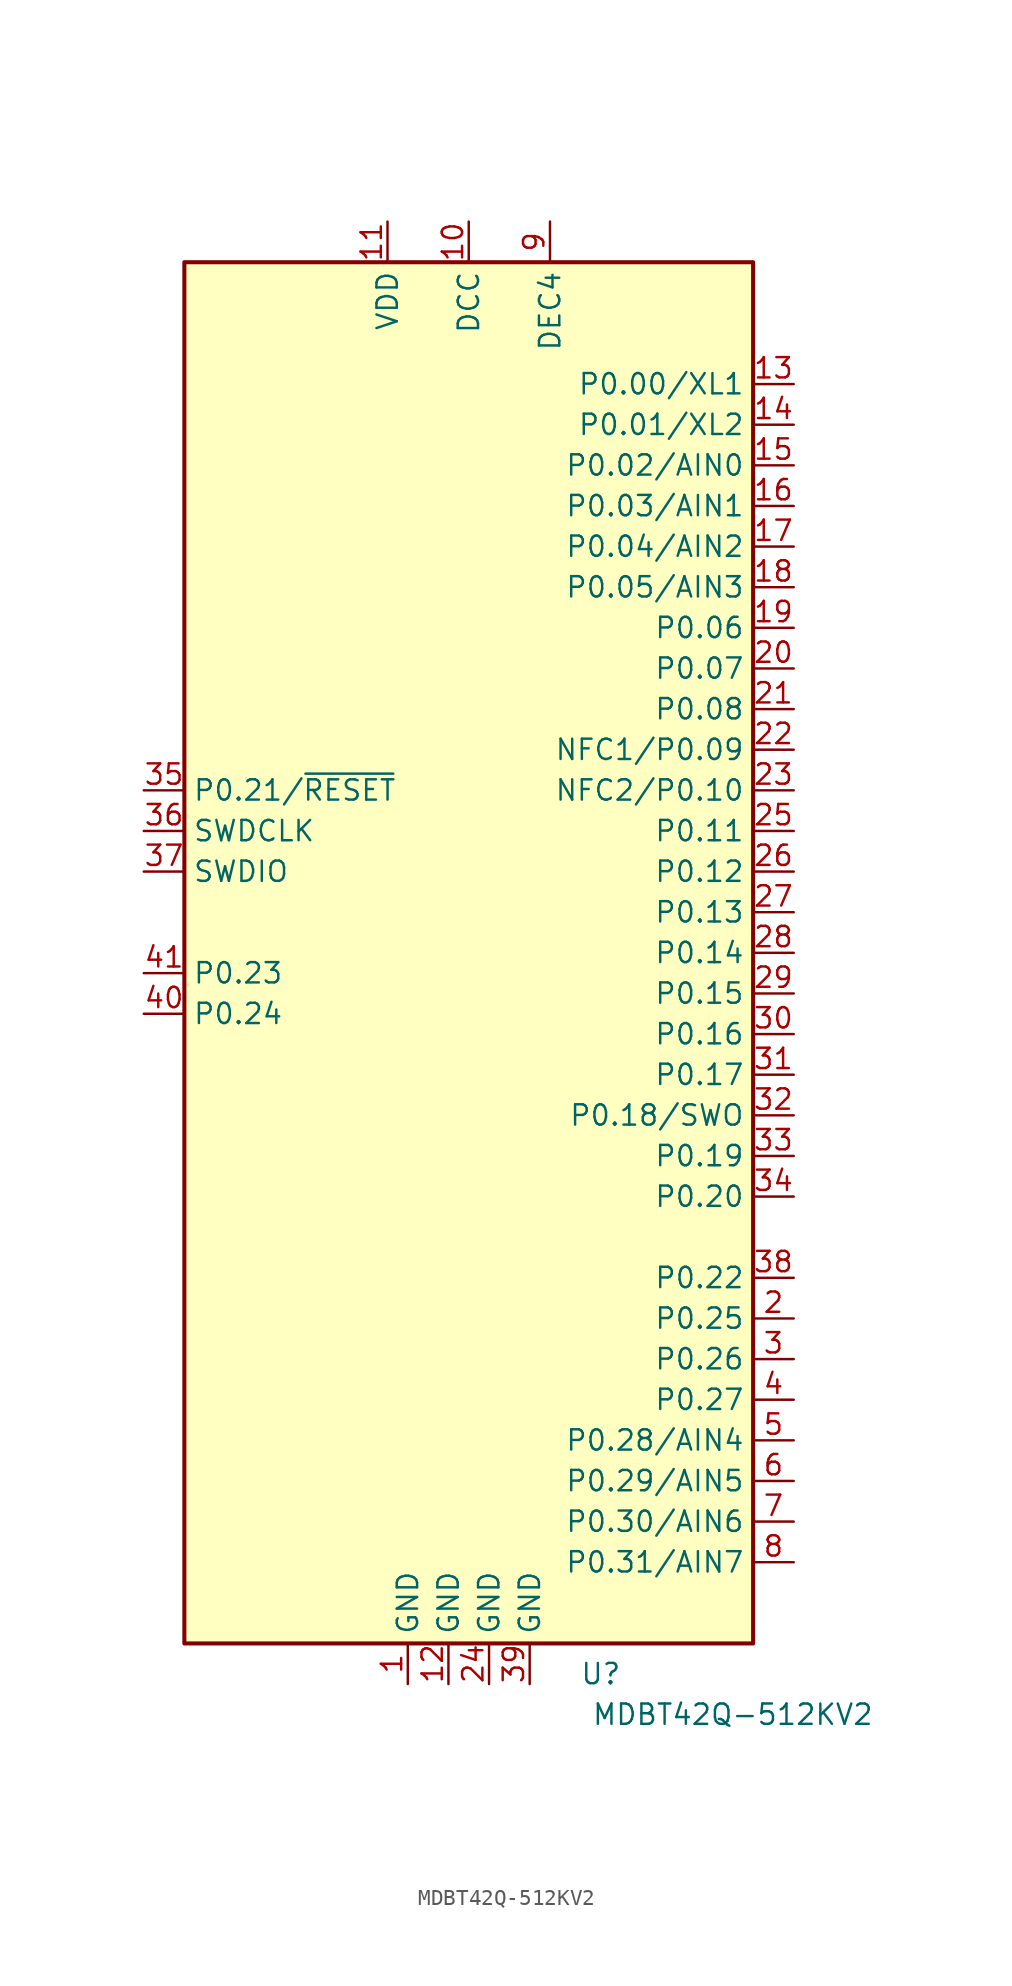
<source format=kicad_sym>
(kicad_symbol_lib
  (version 20211014)
  (generator kicad_symbol_editor)
  (symbol "MDBT42Q-512KV2"
    (property "Reference" "U"
      (at 8.255 -55.245 0)
      (effects (font (size 1.27 1.27))))
    (property "Value" "MDBT42Q-512KV2"
      (at 16.51 -57.785 0)
      (effects (font (size 1.27 1.27))))
    (symbol "MDBT42Q-512KV2_0_1"
      (rectangle (start -17.78 33.02) (end 17.78 -53.34) (stroke (width 0.254) (type default) (color 0 0 0 0)) (fill (type background))))
    (symbol "MDBT42Q-512KV2_1_1"
      (pin power_in line (at -3.81 -55.88 90) (length 2.54) (name "GND" (effects (font (size 1.27 1.27)))) (number "1" (effects (font (size 1.27 1.27)))))
      (pin power_out line (at 0 35.56 270) (length 2.54) (name "DCC" (effects (font (size 1.27 1.27)))) (number "10" (effects (font (size 1.27 1.27)))))
      (pin power_in line (at -5.08 35.56 270) (length 2.54) (name "VDD" (effects (font (size 1.27 1.27)))) (number "11" (effects (font (size 1.27 1.27)))))
      (pin power_in line (at -1.27 -55.88 90) (length 2.54) (name "GND" (effects (font (size 1.27 1.27)))) (number "12" (effects (font (size 1.27 1.27)))))
      (pin bidirectional line (at 20.32 25.4 180) (length 2.54) (name "P0.00/XL1" (effects (font (size 1.27 1.27)))) (number "13" (effects (font (size 1.27 1.27)))))
      (pin bidirectional line (at 20.32 22.86 180) (length 2.54) (name "P0.01/XL2" (effects (font (size 1.27 1.27)))) (number "14" (effects (font (size 1.27 1.27)))))
      (pin bidirectional line (at 20.32 20.32 180) (length 2.54) (name "P0.02/AIN0" (effects (font (size 1.27 1.27)))) (number "15" (effects (font (size 1.27 1.27)))))
      (pin bidirectional line (at 20.32 17.78 180) (length 2.54) (name "P0.03/AIN1" (effects (font (size 1.27 1.27)))) (number "16" (effects (font (size 1.27 1.27)))))
      (pin bidirectional line (at 20.32 15.24 180) (length 2.54) (name "P0.04/AIN2" (effects (font (size 1.27 1.27)))) (number "17" (effects (font (size 1.27 1.27)))))
      (pin bidirectional line (at 20.32 12.7 180) (length 2.54) (name "P0.05/AIN3" (effects (font (size 1.27 1.27)))) (number "18" (effects (font (size 1.27 1.27)))))
      (pin bidirectional line (at 20.32 10.16 180) (length 2.54) (name "P0.06" (effects (font (size 1.27 1.27)))) (number "19" (effects (font (size 1.27 1.27)))))
      (pin bidirectional line (at 20.32 -33.02 180) (length 2.54) (name "P0.25" (effects (font (size 1.27 1.27)))) (number "2" (effects (font (size 1.27 1.27)))))
      (pin bidirectional line (at 20.32 7.62 180) (length 2.54) (name "P0.07" (effects (font (size 1.27 1.27)))) (number "20" (effects (font (size 1.27 1.27)))))
      (pin bidirectional line (at 20.32 5.08 180) (length 2.54) (name "P0.08" (effects (font (size 1.27 1.27)))) (number "21" (effects (font (size 1.27 1.27)))))
      (pin bidirectional line (at 20.32 2.54 180) (length 2.54) (name "NFC1/P0.09" (effects (font (size 1.27 1.27)))) (number "22" (effects (font (size 1.27 1.27)))))
      (pin bidirectional line (at 20.32 0 180) (length 2.54) (name "NFC2/P0.10" (effects (font (size 1.27 1.27)))) (number "23" (effects (font (size 1.27 1.27)))))
      (pin power_in line (at 1.27 -55.88 90) (length 2.54) (name "GND" (effects (font (size 1.27 1.27)))) (number "24" (effects (font (size 1.27 1.27)))))
      (pin bidirectional line (at 20.32 -2.54 180) (length 2.54) (name "P0.11" (effects (font (size 1.27 1.27)))) (number "25" (effects (font (size 1.27 1.27)))))
      (pin bidirectional line (at 20.32 -5.08 180) (length 2.54) (name "P0.12" (effects (font (size 1.27 1.27)))) (number "26" (effects (font (size 1.27 1.27)))))
      (pin bidirectional line (at 20.32 -7.62 180) (length 2.54) (name "P0.13" (effects (font (size 1.27 1.27)))) (number "27" (effects (font (size 1.27 1.27)))))
      (pin bidirectional line (at 20.32 -10.16 180) (length 2.54) (name "P0.14" (effects (font (size 1.27 1.27)))) (number "28" (effects (font (size 1.27 1.27)))))
      (pin bidirectional line (at 20.32 -12.7 180) (length 2.54) (name "P0.15" (effects (font (size 1.27 1.27)))) (number "29" (effects (font (size 1.27 1.27)))))
      (pin bidirectional line (at 20.32 -35.56 180) (length 2.54) (name "P0.26" (effects (font (size 1.27 1.27)))) (number "3" (effects (font (size 1.27 1.27)))))
      (pin bidirectional line (at 20.32 -15.24 180) (length 2.54) (name "P0.16" (effects (font (size 1.27 1.27)))) (number "30" (effects (font (size 1.27 1.27)))))
      (pin bidirectional line (at 20.32 -17.78 180) (length 2.54) (name "P0.17" (effects (font (size 1.27 1.27)))) (number "31" (effects (font (size 1.27 1.27)))))
      (pin bidirectional line (at 20.32 -20.32 180) (length 2.54) (name "P0.18/SWO" (effects (font (size 1.27 1.27)))) (number "32" (effects (font (size 1.27 1.27)))))
      (pin bidirectional line (at 20.32 -22.86 180) (length 2.54) (name "P0.19" (effects (font (size 1.27 1.27)))) (number "33" (effects (font (size 1.27 1.27)))))
      (pin bidirectional line (at 20.32 -25.4 180) (length 2.54) (name "P0.20" (effects (font (size 1.27 1.27)))) (number "34" (effects (font (size 1.27 1.27)))))
      (pin bidirectional line (at -20.32 0 0) (length 2.54) (name "P0.21/~{RESET}" (effects (font (size 1.27 1.27)))) (number "35" (effects (font (size 1.27 1.27)))))
      (pin input line (at -20.32 -2.54 0) (length 2.54) (name "SWDCLK" (effects (font (size 1.27 1.27)))) (number "36" (effects (font (size 1.27 1.27)))))
      (pin bidirectional line (at -20.32 -5.08 0) (length 2.54) (name "SWDIO" (effects (font (size 1.27 1.27)))) (number "37" (effects (font (size 1.27 1.27)))))
      (pin bidirectional line (at 20.32 -30.48 180) (length 2.54) (name "P0.22" (effects (font (size 1.27 1.27)))) (number "38" (effects (font (size 1.27 1.27)))))
      (pin power_in line (at 3.81 -55.88 90) (length 2.54) (name "GND" (effects (font (size 1.27 1.27)))) (number "39" (effects (font (size 1.27 1.27)))))
      (pin bidirectional line (at 20.32 -38.1 180) (length 2.54) (name "P0.27" (effects (font (size 1.27 1.27)))) (number "4" (effects (font (size 1.27 1.27)))))
      (pin bidirectional line (at -20.32 -13.97 0) (length 2.54) (name "P0.24" (effects (font (size 1.27 1.27)))) (number "40" (effects (font (size 1.27 1.27)))))
      (pin bidirectional line (at -20.32 -11.43 0) (length 2.54) (name "P0.23" (effects (font (size 1.27 1.27)))) (number "41" (effects (font (size 1.27 1.27)))))
      (pin bidirectional line (at 20.32 -40.64 180) (length 2.54) (name "P0.28/AIN4" (effects (font (size 1.27 1.27)))) (number "5" (effects (font (size 1.27 1.27)))))
      (pin bidirectional line (at 20.32 -43.18 180) (length 2.54) (name "P0.29/AIN5" (effects (font (size 1.27 1.27)))) (number "6" (effects (font (size 1.27 1.27)))))
      (pin bidirectional line (at 20.32 -45.72 180) (length 2.54) (name "P0.30/AIN6" (effects (font (size 1.27 1.27)))) (number "7" (effects (font (size 1.27 1.27)))))
      (pin bidirectional line (at 20.32 -48.26 180) (length 2.54) (name "P0.31/AIN7" (effects (font (size 1.27 1.27)))) (number "8" (effects (font (size 1.27 1.27)))))
      (pin passive line (at 5.08 35.56 270) (length 2.54) (name "DEC4" (effects (font (size 1.27 1.27)))) (number "9" (effects (font (size 1.27 1.27))))))))
</source>
